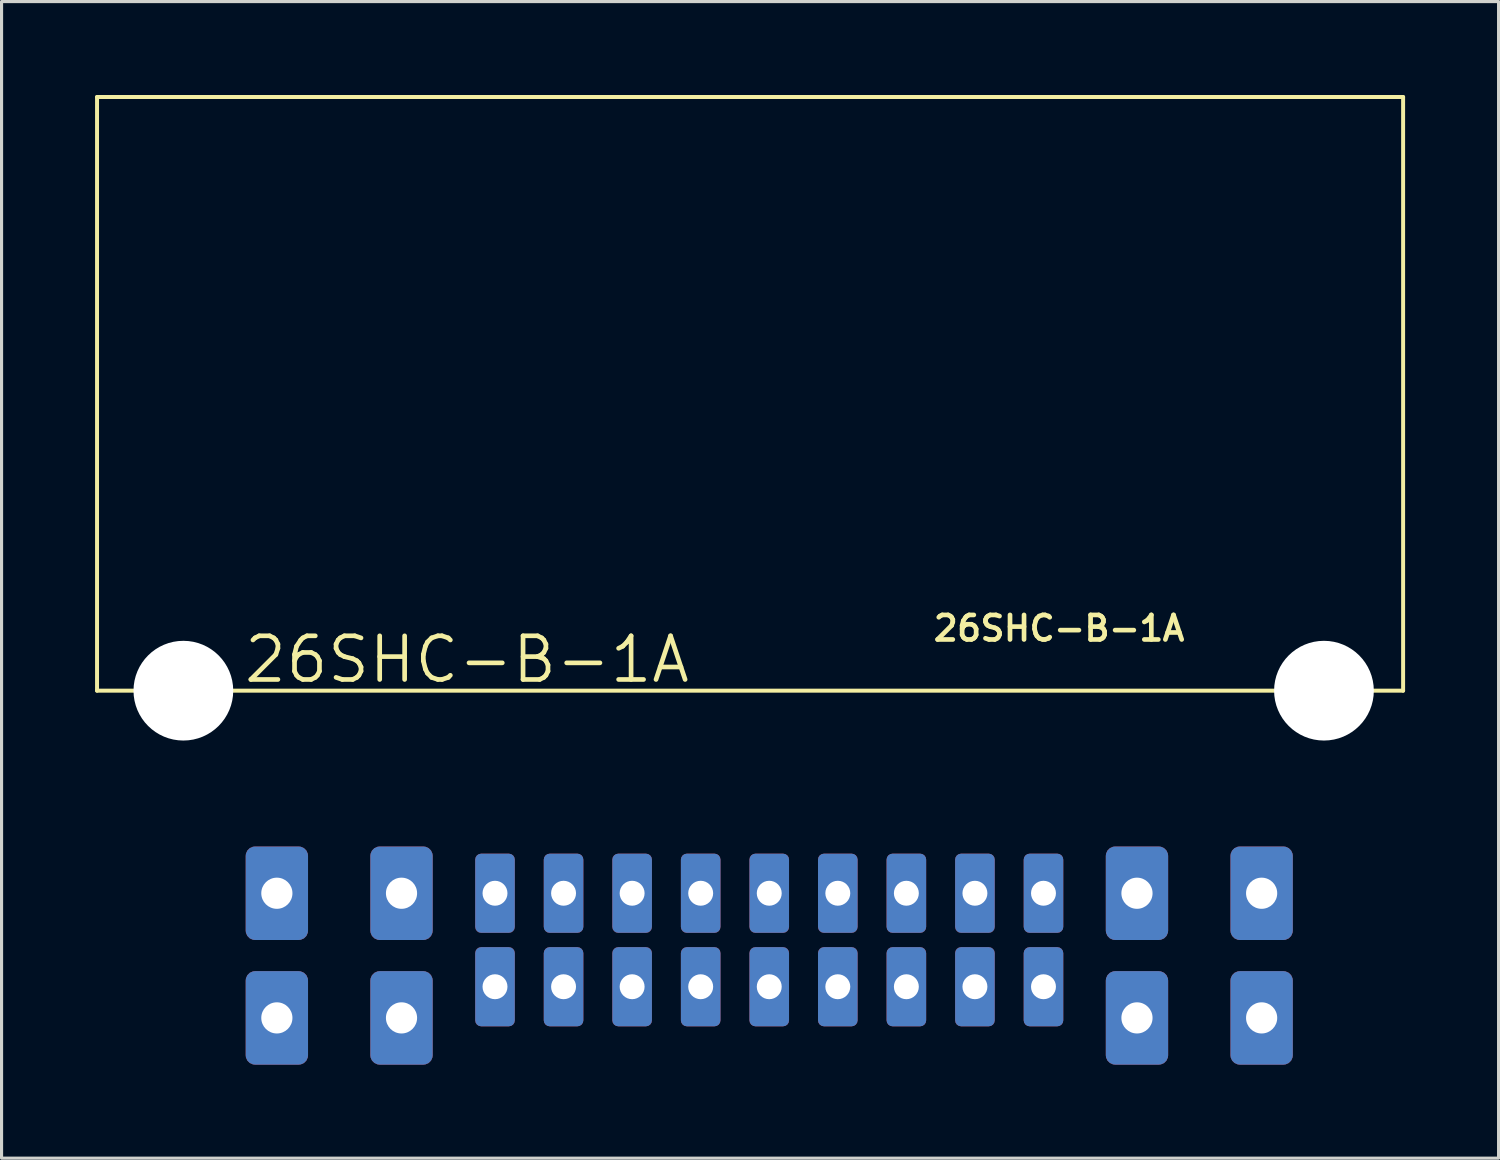
<source format=kicad_pcb>
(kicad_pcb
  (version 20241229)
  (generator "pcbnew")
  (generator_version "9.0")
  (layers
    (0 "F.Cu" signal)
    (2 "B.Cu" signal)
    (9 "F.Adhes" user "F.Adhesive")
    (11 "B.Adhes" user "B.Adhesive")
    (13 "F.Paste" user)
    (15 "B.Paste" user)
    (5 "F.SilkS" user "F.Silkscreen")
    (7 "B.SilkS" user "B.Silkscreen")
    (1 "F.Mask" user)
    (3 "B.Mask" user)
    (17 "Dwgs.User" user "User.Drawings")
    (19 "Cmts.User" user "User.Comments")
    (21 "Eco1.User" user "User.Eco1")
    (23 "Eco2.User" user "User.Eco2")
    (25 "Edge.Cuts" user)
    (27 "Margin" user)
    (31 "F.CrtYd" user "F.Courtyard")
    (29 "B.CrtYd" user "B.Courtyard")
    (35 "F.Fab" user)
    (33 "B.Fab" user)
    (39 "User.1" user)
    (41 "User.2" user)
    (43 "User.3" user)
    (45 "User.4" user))
  (footprint "26SHC-B-1A"
    (layer "F.Cu")
    (at 39.434 19.113)
    (property "Reference" "26SHC-B-1A" (at -8.5 -2 0) (layer "F.SilkS") (effects (font (size 0.787 0.787) (thickness 0.15))))
    (attr through_hole)
    (fp_line (start -39.37 -19.05) (end 2.54 -19.05) (stroke (width 0.127) (type solid)) (layer "F.SilkS"))
    (fp_line (start -39.37 0) (end -39.37 -19.05) (stroke (width 0.127) (type solid)) (layer "F.SilkS"))
    (fp_line (start 2.54 -19.05) (end 2.54 0) (stroke (width 0.127) (type solid)) (layer "F.SilkS"))
    (fp_line (start 2.54 0) (end -39.37 0) (stroke (width 0.127) (type solid)) (layer "F.SilkS"))
    (fp_text user "26SHC-B-1A" (at -27.5 -1 0) (layer "F.SilkS") (effects (font (size 1.4 1.4) (thickness 0.15))))
    (pad "" np_thru_hole circle (at -36.6 0) (size 3.2 3.2) (drill 3.2) (layers "*.Cu" "*.Mask"))
    (pad "" np_thru_hole circle (at 0 0) (size 3.2 3.2) (drill 3.2) (layers "*.Cu" "*.Mask"))
    (pad "P$2" thru_hole roundrect (at -2 6.5 180) (size 2 3) (drill 1) (layers "*.Cu" "*.Mask") (roundrect_rratio 0.15))
    (pad "P$3" thru_hole roundrect (at -2 10.5 180) (size 2 3) (drill 1) (layers "*.Cu" "*.Mask") (roundrect_rratio 0.15))
    (pad "P$4" thru_hole roundrect (at -6 6.5 180) (size 2 3) (drill 1) (layers "*.Cu" "*.Mask") (roundrect_rratio 0.15))
    (pad "P$5" thru_hole roundrect (at -6 10.5 180) (size 2 3) (drill 1) (layers "*.Cu" "*.Mask") (roundrect_rratio 0.15))
    (pad "P$6" thru_hole roundrect (at -9 6.5 90) (size 2.54 1.27) (drill 0.8) (layers "*.Cu" "*.Mask") (roundrect_rratio 0.15))
    (pad "P$7" thru_hole roundrect (at -9 9.5 90) (size 2.54 1.27) (drill 0.8) (layers "*.Cu" "*.Mask") (roundrect_rratio 0.15))
    (pad "P$8" thru_hole roundrect (at -11.2 6.5 90) (size 2.54 1.27) (drill 0.8) (layers "*.Cu" "*.Mask") (roundrect_rratio 0.15))
    (pad "P$9" thru_hole roundrect (at -11.2 9.5 90) (size 2.54 1.27) (drill 0.8) (layers "*.Cu" "*.Mask") (roundrect_rratio 0.15))
    (pad "P$10" thru_hole roundrect (at -13.4 6.5 90) (size 2.54 1.27) (drill 0.8) (layers "*.Cu" "*.Mask") (roundrect_rratio 0.15))
    (pad "P$11" thru_hole roundrect (at -13.4 9.5 90) (size 2.54 1.27) (drill 0.8) (layers "*.Cu" "*.Mask") (roundrect_rratio 0.15))
    (pad "P$12" thru_hole roundrect (at -15.6 6.5 90) (size 2.54 1.27) (drill 0.8) (layers "*.Cu" "*.Mask") (roundrect_rratio 0.15))
    (pad "P$13" thru_hole roundrect (at -15.6 9.5 90) (size 2.54 1.27) (drill 0.8) (layers "*.Cu" "*.Mask") (roundrect_rratio 0.15))
    (pad "P$14" thru_hole roundrect (at -17.8 6.5 90) (size 2.54 1.27) (drill 0.8) (layers "*.Cu" "*.Mask") (roundrect_rratio 0.15))
    (pad "P$15" thru_hole roundrect (at -17.8 9.5 90) (size 2.54 1.27) (drill 0.8) (layers "*.Cu" "*.Mask") (roundrect_rratio 0.15))
    (pad "P$16" thru_hole roundrect (at -20 6.5 90) (size 2.54 1.27) (drill 0.8) (layers "*.Cu" "*.Mask") (roundrect_rratio 0.15))
    (pad "P$17" thru_hole roundrect (at -20 9.5 90) (size 2.54 1.27) (drill 0.8) (layers "*.Cu" "*.Mask") (roundrect_rratio 0.15))
    (pad "P$18" thru_hole roundrect (at -22.2 6.5 90) (size 2.54 1.27) (drill 0.8) (layers "*.Cu" "*.Mask") (roundrect_rratio 0.15))
    (pad "P$19" thru_hole roundrect (at -22.2 9.5 90) (size 2.54 1.27) (drill 0.8) (layers "*.Cu" "*.Mask") (roundrect_rratio 0.15))
    (pad "P$20" thru_hole roundrect (at -24.4 6.5 90) (size 2.54 1.27) (drill 0.8) (layers "*.Cu" "*.Mask") (roundrect_rratio 0.15))
    (pad "P$21" thru_hole roundrect (at -24.4 9.5 90) (size 2.54 1.27) (drill 0.8) (layers "*.Cu" "*.Mask") (roundrect_rratio 0.15))
    (pad "P$22" thru_hole roundrect (at -26.6 6.5 90) (size 2.54 1.27) (drill 0.8) (layers "*.Cu" "*.Mask") (roundrect_rratio 0.15))
    (pad "P$23" thru_hole roundrect (at -26.6 9.5 90) (size 2.54 1.27) (drill 0.8) (layers "*.Cu" "*.Mask") (roundrect_rratio 0.15))
    (pad "P$24" thru_hole roundrect (at -29.6 6.5 180) (size 2 3) (drill 1) (layers "*.Cu" "*.Mask") (roundrect_rratio 0.15))
    (pad "P$25" thru_hole roundrect (at -29.6 10.5 180) (size 2 3) (drill 1) (layers "*.Cu" "*.Mask") (roundrect_rratio 0.15))
    (pad "P$26" thru_hole roundrect (at -33.6 6.5 180) (size 2 3) (drill 1) (layers "*.Cu" "*.Mask") (roundrect_rratio 0.15))
    (pad "P$27" thru_hole roundrect (at -33.6 10.5 180) (size 2 3) (drill 1) (layers "*.Cu" "*.Mask") (roundrect_rratio 0.15)))
  (gr_rect
    (start -3 -3)
    (end 45.037 34.114)
    (stroke (width 0.1) (type default))
    (fill no)
    (layer "Edge.Cuts")))
</source>
